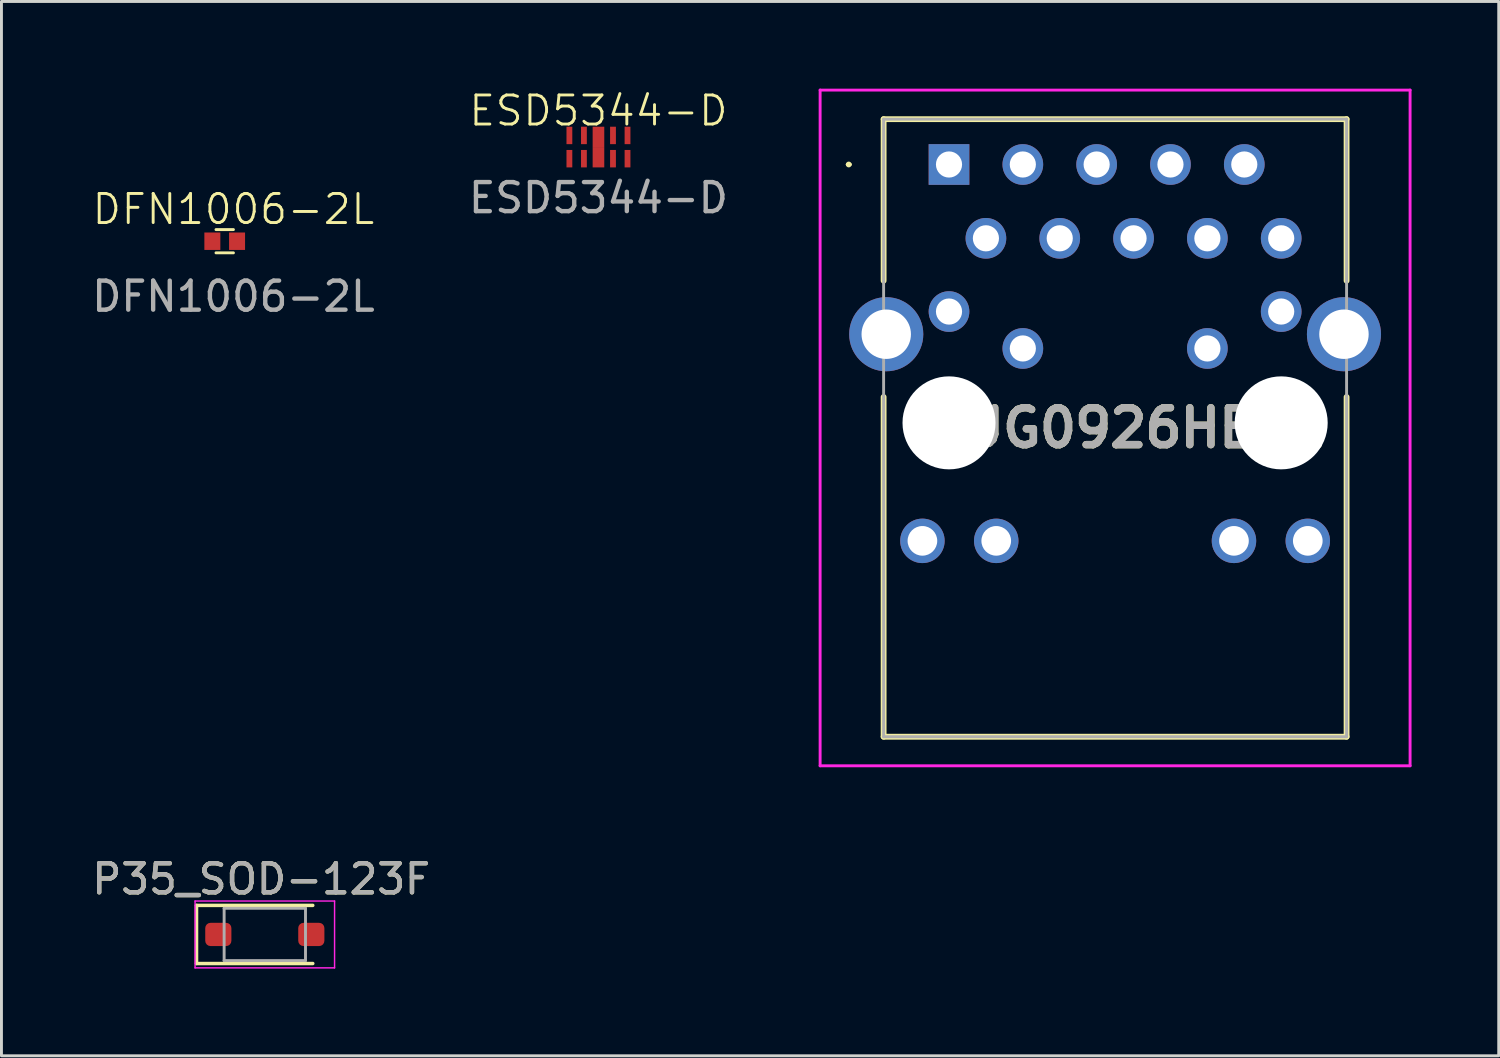
<source format=kicad_pcb>
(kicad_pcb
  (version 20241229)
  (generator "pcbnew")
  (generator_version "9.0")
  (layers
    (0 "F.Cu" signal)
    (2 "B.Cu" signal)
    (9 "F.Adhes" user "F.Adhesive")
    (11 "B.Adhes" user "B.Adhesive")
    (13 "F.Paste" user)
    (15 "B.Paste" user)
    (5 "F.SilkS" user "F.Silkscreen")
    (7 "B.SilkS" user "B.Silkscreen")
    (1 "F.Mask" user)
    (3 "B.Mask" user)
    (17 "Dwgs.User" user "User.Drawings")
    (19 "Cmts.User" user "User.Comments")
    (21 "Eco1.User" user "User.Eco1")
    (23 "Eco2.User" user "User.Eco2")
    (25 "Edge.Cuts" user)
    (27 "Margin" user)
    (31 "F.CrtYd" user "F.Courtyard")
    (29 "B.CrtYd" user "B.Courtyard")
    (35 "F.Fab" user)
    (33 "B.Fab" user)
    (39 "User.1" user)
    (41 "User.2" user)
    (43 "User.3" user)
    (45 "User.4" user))
  (footprint "LPJG0926HENL"
    (layer "F.Cu")
    (at 29.604 2.61)
    (property "Reference" "LPJG0926HENL" (at 5.715 9.065 0) (layer "F.SilkS") (effects (font (size 1.27 1.27) (thickness 0.254))))
    (attr through_hole)
    (fp_line (start -3.5 0) (end -3.5 0) (stroke (width 0.1) (type solid)) (layer "F.SilkS"))
    (fp_line (start -3.4 0) (end -3.4 0) (stroke (width 0.1) (type solid)) (layer "F.SilkS"))
    (fp_line (start -2.25 -1.56) (end 13.68 -1.56) (stroke (width 0.2) (type solid)) (layer "F.SilkS"))
    (fp_line (start -2.25 4) (end -2.25 -1.56) (stroke (width 0.2) (type solid)) (layer "F.SilkS"))
    (fp_line (start -2.25 8) (end -2.25 19.69) (stroke (width 0.2) (type solid)) (layer "F.SilkS"))
    (fp_line (start -2.25 19.69) (end 13.68 19.69) (stroke (width 0.2) (type solid)) (layer "F.SilkS"))
    (fp_line (start 13.68 -1.56) (end 13.68 4) (stroke (width 0.2) (type solid)) (layer "F.SilkS"))
    (fp_line (start 13.68 19.69) (end 13.68 8) (stroke (width 0.2) (type solid)) (layer "F.SilkS"))
    (fp_arc (start -3.5 0) (mid -3.45 -0.05) (end -3.4 0) (stroke (width 0.1) (type solid)) (layer "F.SilkS"))
    (fp_arc (start -3.4 0) (mid -3.45 0.05) (end -3.5 0) (stroke (width 0.1) (type solid)) (layer "F.SilkS"))
    (fp_line (start -4.435 -2.56) (end 15.865 -2.56) (stroke (width 0.1) (type solid)) (layer "F.CrtYd"))
    (fp_line (start -4.435 20.69) (end -4.435 -2.56) (stroke (width 0.1) (type solid)) (layer "F.CrtYd"))
    (fp_line (start 15.865 -2.56) (end 15.865 20.69) (stroke (width 0.1) (type solid)) (layer "F.CrtYd"))
    (fp_line (start 15.865 20.69) (end -4.435 20.69) (stroke (width 0.1) (type solid)) (layer "F.CrtYd"))
    (fp_line (start -2.25 -1.56) (end 13.68 -1.56) (stroke (width 0.1) (type solid)) (layer "F.Fab"))
    (fp_line (start -2.25 19.69) (end -2.25 -1.56) (stroke (width 0.1) (type solid)) (layer "F.Fab"))
    (fp_line (start 13.68 -1.56) (end 13.68 19.69) (stroke (width 0.1) (type solid)) (layer "F.Fab"))
    (fp_line (start 13.68 19.69) (end -2.25 19.69) (stroke (width 0.1) (type solid)) (layer "F.Fab"))
    (fp_text user "${REFERENCE}" (at 5.715 9.065 0) (layer "F.Fab") (effects (font (size 1.27 1.27) (thickness 0.254))))
    (pad "" np_thru_hole circle (at 0 8.89) (size 3.2 3.2) (drill 3.2) (layers "*.Cu" "*.Mask"))
    (pad "" np_thru_hole circle (at 11.43 8.89) (size 3.2 3.2) (drill 3.2) (layers "*.Cu" "*.Mask"))
    (pad "1" thru_hole rect (at 0 0) (size 1.4 1.4) (drill 0.9) (layers "*.Cu" "*.Mask"))
    (pad "2" thru_hole circle (at 1.27 2.54) (size 1.4 1.4) (drill 0.9) (layers "*.Cu" "*.Mask"))
    (pad "3" thru_hole circle (at 2.54 0) (size 1.4 1.4) (drill 0.9) (layers "*.Cu" "*.Mask"))
    (pad "4" thru_hole circle (at 3.81 2.54) (size 1.4 1.4) (drill 0.9) (layers "*.Cu" "*.Mask"))
    (pad "5" thru_hole circle (at 5.08 0) (size 1.4 1.4) (drill 0.9) (layers "*.Cu" "*.Mask"))
    (pad "6" thru_hole circle (at 6.35 2.54) (size 1.4 1.4) (drill 0.9) (layers "*.Cu" "*.Mask"))
    (pad "7" thru_hole circle (at 7.62 0) (size 1.4 1.4) (drill 0.9) (layers "*.Cu" "*.Mask"))
    (pad "8" thru_hole circle (at 8.89 2.54) (size 1.4 1.4) (drill 0.9) (layers "*.Cu" "*.Mask"))
    (pad "9" thru_hole circle (at 10.16 0) (size 1.4 1.4) (drill 0.9) (layers "*.Cu" "*.Mask"))
    (pad "10" thru_hole circle (at 11.43 2.54) (size 1.4 1.4) (drill 0.9) (layers "*.Cu" "*.Mask"))
    (pad "11" thru_hole circle (at 0 5.06) (size 1.4 1.4) (drill 0.9) (layers "*.Cu" "*.Mask"))
    (pad "12" thru_hole circle (at 2.54 6.33) (size 1.4 1.4) (drill 0.9) (layers "*.Cu" "*.Mask"))
    (pad "13" thru_hole circle (at 8.89 6.33) (size 1.4 1.4) (drill 0.9) (layers "*.Cu" "*.Mask"))
    (pad "14" thru_hole circle (at 11.43 5.06) (size 1.4 1.4) (drill 0.9) (layers "*.Cu" "*.Mask"))
    (pad "15" thru_hole circle (at -0.915 12.95) (size 1.53 1.53) (drill 1.02) (layers "*.Cu" "*.Mask"))
    (pad "16" thru_hole circle (at 1.625 12.95) (size 1.53 1.53) (drill 1.02) (layers "*.Cu" "*.Mask"))
    (pad "17" thru_hole circle (at 9.805 12.95) (size 1.53 1.53) (drill 1.02) (layers "*.Cu" "*.Mask"))
    (pad "18" thru_hole circle (at 12.345 12.95) (size 1.53 1.53) (drill 1.02) (layers "*.Cu" "*.Mask"))
    (pad "MH3" thru_hole circle (at -2.16 5.84) (size 2.55 2.55) (drill 1.7) (layers "*.Cu" "*.Mask"))
    (pad "MH4" thru_hole circle (at 13.59 5.84) (size 2.55 2.55) (drill 1.7) (layers "*.Cu" "*.Mask")))
  (footprint "DFN1006-2L"
    (layer "F.Cu")
    (at 4.682 0.25)
    (property "Reference" "DFN1006-2L" (at 0.3 3.9 0) (unlocked yes) (layer "F.SilkS") (effects (font (size 1 1) (thickness 0.1))))
    (attr smd)
    (fp_line (start -0.3 4.6) (end 0.3 4.6) (stroke (width 0.1) (type default)) (layer "F.SilkS"))
    (fp_line (start 0.3 5.4) (end -0.3 5.4) (stroke (width 0.1) (type default)) (layer "F.SilkS"))
    (fp_text user "${REFERENCE}" (at 0.3 6.9 0) (unlocked yes) (layer "F.Fab") (effects (font (size 1 1) (thickness 0.15))))
    (pad "1" smd rect (at -0.425 5 180) (size 0.55 0.6) (layers "F.Cu" "F.Mask" "F.Paste"))
    (pad "2" smd rect (at 0.425 5 180) (size 0.55 0.6) (layers "F.Cu" "F.Mask" "F.Paste")))
  (footprint "P35_SOD-123F"
    (layer "F.Cu")
    (at 4.462 29.103)
    (property "Reference" "P35_SOD-123F" (at 1.473 -1.905 0) (layer "F.SilkS") (effects (font (size 1 1) (thickness 0.15))))
    (attr smd)
    (fp_line (start -0.75 -1) (end -0.75 1) (stroke (width 0.12) (type solid)) (layer "F.SilkS"))
    (fp_line (start -0.75 -1) (end 3.25 -1) (stroke (width 0.12) (type solid)) (layer "F.SilkS"))
    (fp_line (start -0.75 1) (end 3.25 1) (stroke (width 0.12) (type solid)) (layer "F.SilkS"))
    (fp_line (start -0.8 -1.15) (end -0.8 1.15) (stroke (width 0.05) (type solid)) (layer "F.CrtYd"))
    (fp_line (start -0.8 -1.15) (end 4 -1.15) (stroke (width 0.05) (type solid)) (layer "F.CrtYd"))
    (fp_line (start 4 -1.15) (end 4 1.15) (stroke (width 0.05) (type solid)) (layer "F.CrtYd"))
    (fp_line (start 4 1.15) (end -0.8 1.15) (stroke (width 0.05) (type solid)) (layer "F.CrtYd"))
    (fp_line (start 0.2 -0.9) (end 3 -0.9) (stroke (width 0.1) (type solid)) (layer "F.Fab"))
    (fp_line (start 0.2 0.9) (end 0.2 -0.9) (stroke (width 0.1) (type solid)) (layer "F.Fab"))
    (fp_line (start 3 -0.9) (end 3 0.9) (stroke (width 0.1) (type solid)) (layer "F.Fab"))
    (fp_line (start 3 0.9) (end 0.2 0.9) (stroke (width 0.1) (type solid)) (layer "F.Fab"))
    (fp_text user "${REFERENCE}" (at 1.473 -1.905 0) (layer "F.Fab") (effects (font (size 1 1) (thickness 0.15))))
    (pad "1" smd roundrect (at 0 0) (size 0.9 0.8) (layers "F.Cu" "F.Mask" "F.Paste") (roundrect_rratio 0.227))
    (pad "2" smd roundrect (at 3.2 0 180) (size 0.9 0.8) (layers "F.Cu" "F.Mask" "F.Paste") (roundrect_rratio 0.227)))
  (footprint "ESD5344-D"
    (layer "F.Cu")
    (at 17.542 1.26)
    (property "Reference" "ESD5344-D" (at 0 -0.5 0) (unlocked yes) (layer "F.SilkS") (effects (font (size 1 1) (thickness 0.1))))
    (attr smd)
    (fp_text user "${REFERENCE}" (at 0 2.5 0) (unlocked yes) (layer "F.Fab") (effects (font (size 1 1) (thickness 0.15))))
    (pad "1" smd rect (at -1 1.15) (size 0.2 0.6) (layers "F.Cu" "F.Mask" "F.Paste"))
    (pad "2" smd rect (at -0.5 1.15) (size 0.2 0.6) (layers "F.Cu" "F.Mask" "F.Paste"))
    (pad "3" smd rect (at 0 1.1) (size 0.4 0.7) (layers "F.Cu" "F.Mask" "F.Paste" "Eco1.User"))
    (pad "4" smd rect (at 0.5 1.15) (size 0.2 0.6) (layers "F.Cu" "F.Mask" "F.Paste"))
    (pad "5" smd rect (at 1 1.15) (size 0.2 0.6) (layers "F.Cu" "F.Mask" "F.Paste"))
    (pad "6" smd rect (at 1 0.35) (size 0.2 0.6) (layers "F.Cu" "F.Mask" "F.Paste"))
    (pad "7" smd rect (at 0.5 0.35) (size 0.2 0.6) (layers "F.Cu" "F.Mask" "F.Paste"))
    (pad "8" smd rect (at 0 0.4) (size 0.4 0.7) (layers "F.Cu" "F.Mask" "F.Paste"))
    (pad "9" smd rect (at -0.5 0.35) (size 0.2 0.6) (layers "F.Cu" "F.Mask" "F.Paste"))
    (pad "10" smd rect (at -1 0.35) (size 0.2 0.6) (layers "F.Cu" "F.Mask" "F.Paste")))
  (gr_rect
    (start -3 -3)
    (end 48.519 33.278)
    (stroke (width 0.1) (type default))
    (fill no)
    (layer "Edge.Cuts")))
</source>
